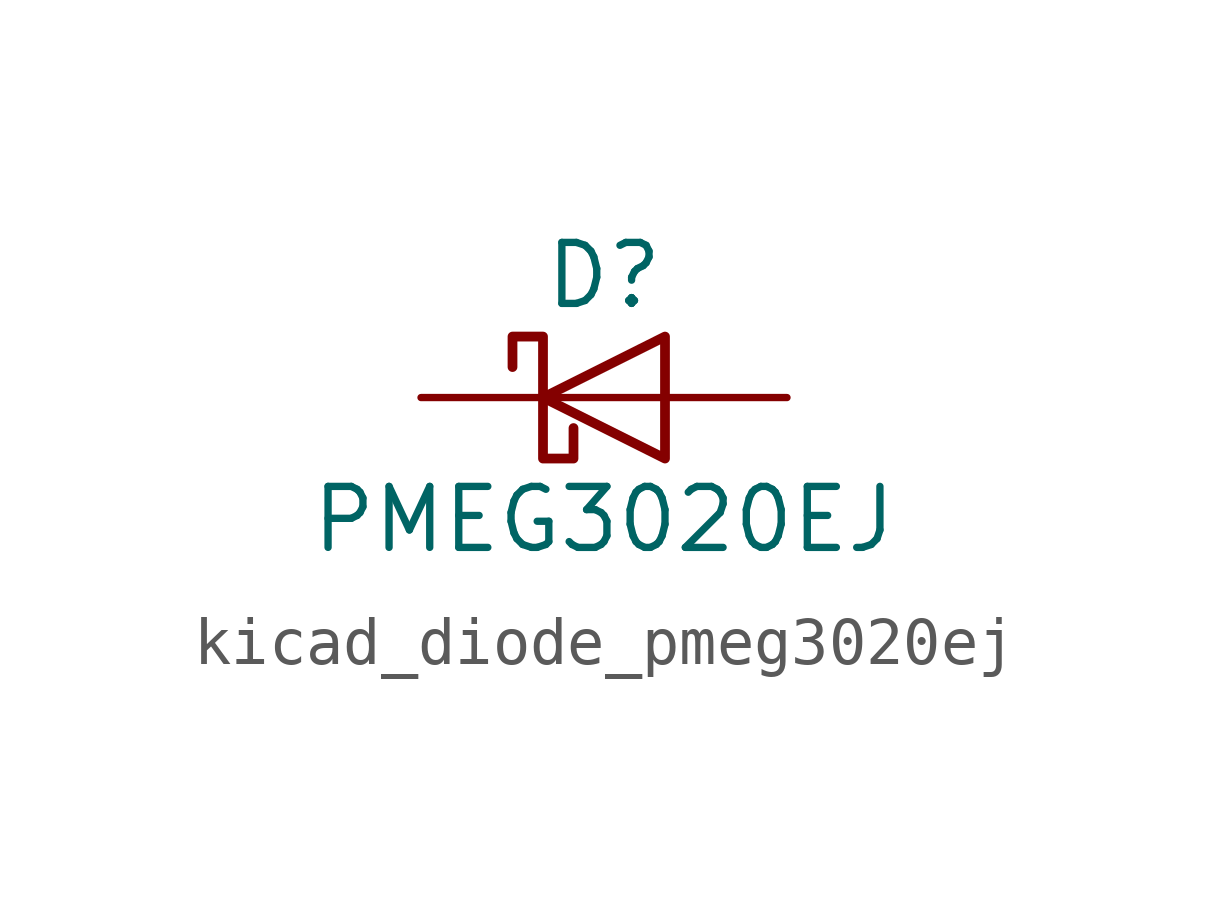
<source format=kicad_sym>
(kicad_symbol_lib
  (version 20220914)
  (generator kicad_symbol_editor)
  (symbol "kicad_diode_pmeg3020ej"
    (pin_numbers hide)
    (pin_names hide)
    (property "Reference" "D"
      (at 0 2.54 0)
      (effects (font (size 1.27 1.27))))
    (property "Value" "PMEG3020EJ"
      (at 0 -2.54 0)
      (effects (font (size 1.27 1.27))))
    (symbol "kicad_diode_pmeg3020ej_0_1"
      (polyline (pts (xy 1.27 0) (xy -1.27 0)) (stroke (width 0) (type default)) (fill (type none)))
      (polyline (pts (xy 1.27 1.27) (xy 1.27 -1.27) (xy -1.27 0) (xy 1.27 1.27)) (stroke (width 0.203) (type default)) (fill (type none)))
      (polyline (pts (xy -1.905 0.635) (xy -1.905 1.27) (xy -1.27 1.27) (xy -1.27 -1.27) (xy -0.635 -1.27) (xy -0.635 -0.635)) (stroke (width 0.203) (type default)) (fill (type none))))
    (symbol "kicad_diode_pmeg3020ej_1_1"
      (pin passive line (at -3.81 0 0) (length 2.54) (name "K" (effects (font (size 1.27 1.27)))) (number "1" (effects (font (size 1.27 1.27)))))
      (pin passive line (at 3.81 0 180) (length 2.54) (name "A" (effects (font (size 1.27 1.27)))) (number "2" (effects (font (size 1.27 1.27))))))))
</source>
